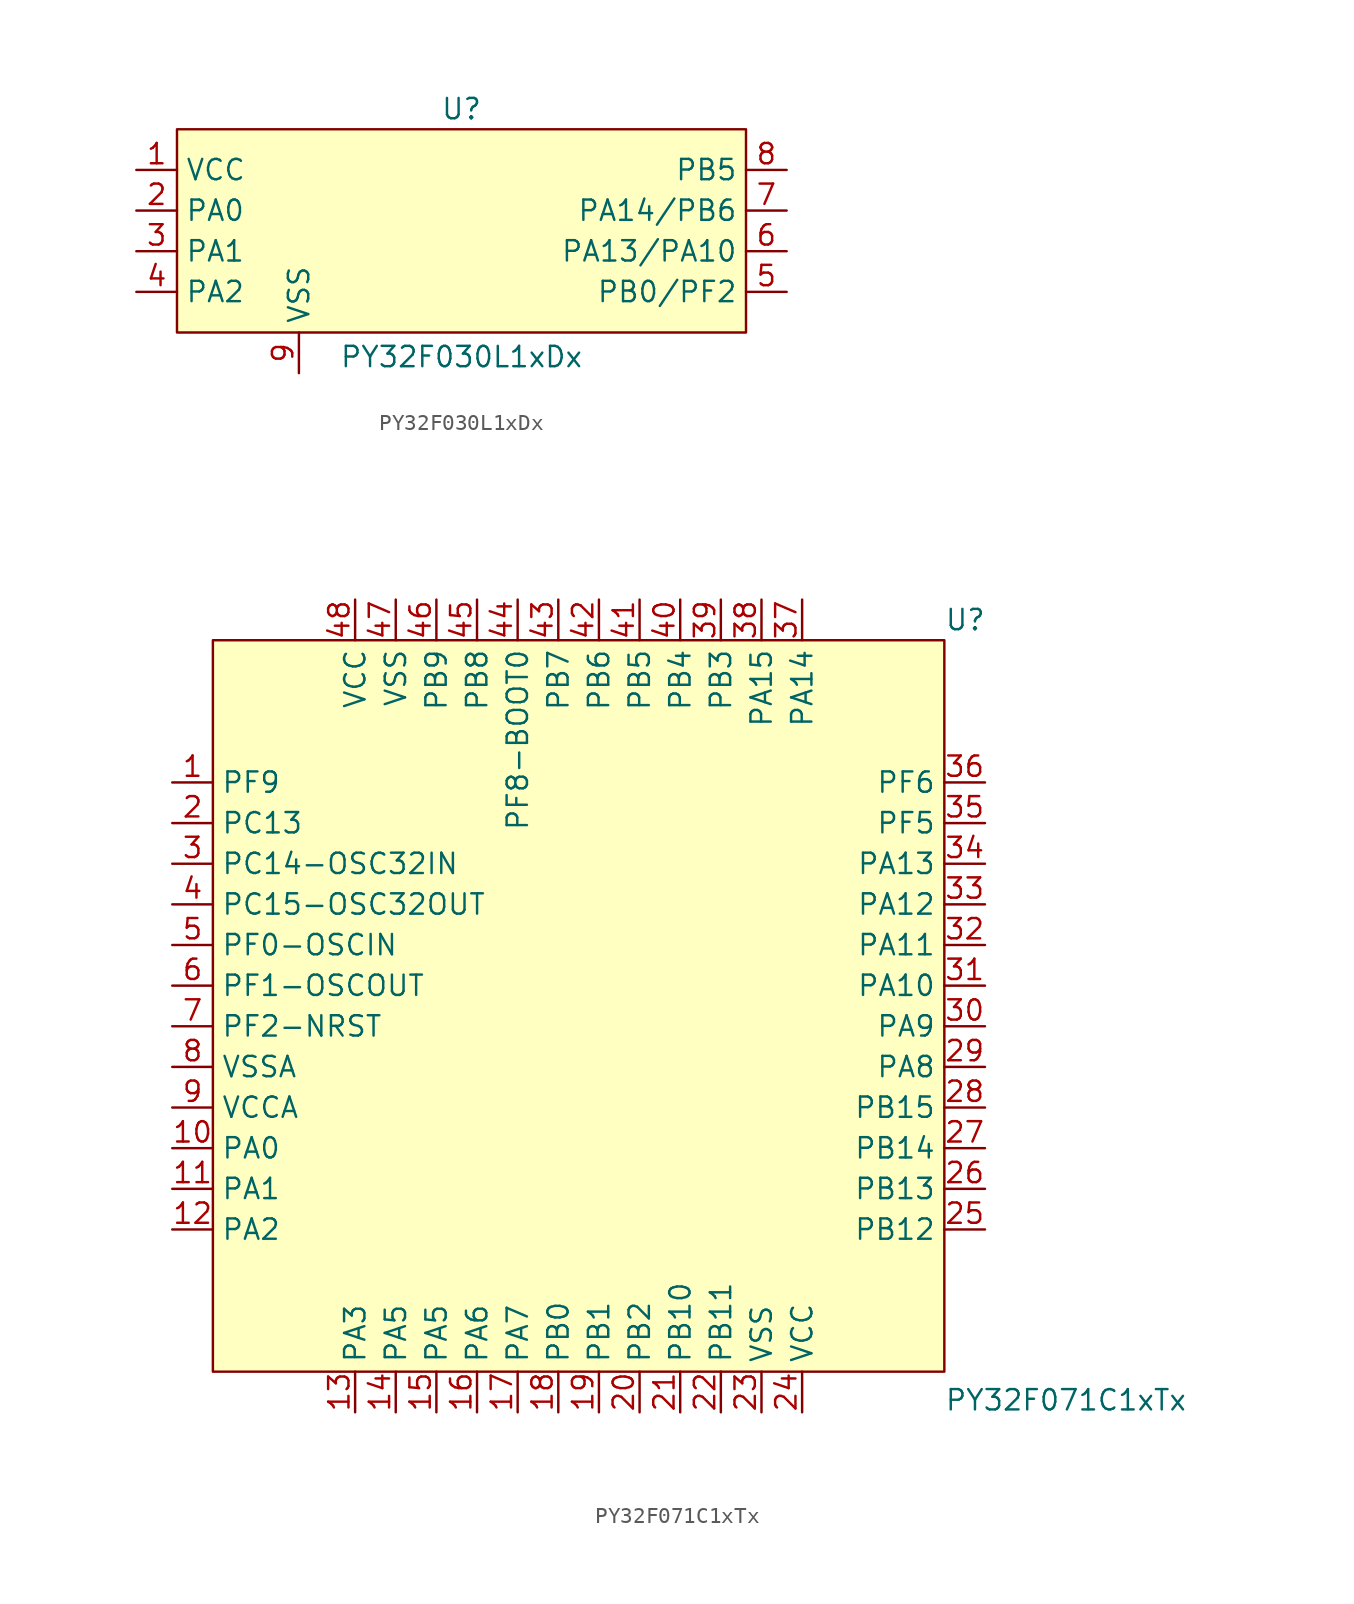
<source format=kicad_sym>
(kicad_symbol_lib
  (version 20241209)
  (generator "kicad_symbol_editor")
  (generator_version "9.0")
  (symbol "PY32F030L1xDx"
    (property "Reference" "U"
      (at 0 7.62 0)
      (effects (font (size 1.27 1.27))))
    (property "Value" "PY32F030L1xDx"
      (at 0 -7.874 0)
      (effects (font (size 1.27 1.27))))
    (symbol "PY32F030L1xDx_0_0"
      (pin unspecified line (at -20.32 -1.27 0) (length 2.54) (name "PA1" (effects (font (size 1.27 1.27)))) (number "3" (effects (font (size 1.27 1.27)))))
      (pin unspecified line (at -20.32 -3.81 0) (length 2.54) (name "PA2" (effects (font (size 1.27 1.27)))) (number "4" (effects (font (size 1.27 1.27)))))
      (pin unspecified line (at 20.32 3.81 180) (length 2.54) (name "PB5" (effects (font (size 1.27 1.27)))) (number "8" (effects (font (size 1.27 1.27)))))
      (pin unspecified line (at 20.32 1.27 180) (length 2.54) (name "PA14/PB6" (effects (font (size 1.27 1.27)))) (number "7" (effects (font (size 1.27 1.27)))))
      (pin unspecified line (at 20.32 -1.27 180) (length 2.54) (name "PA13/PA10" (effects (font (size 1.27 1.27)))) (number "6" (effects (font (size 1.27 1.27)))))
      (pin unspecified line (at 20.32 -3.81 180) (length 2.54) (name "PB0/PF2" (effects (font (size 1.27 1.27)))) (number "5" (effects (font (size 1.27 1.27))))))
    (symbol "PY32F030L1xDx_1_0"
      (pin unspecified line (at -20.32 3.81 0) (length 2.54) (name "VCC" (effects (font (size 1.27 1.27)))) (number "1" (effects (font (size 1.27 1.27)))))
      (pin unspecified line (at -20.32 1.27 0) (length 2.54) (name "PA0" (effects (font (size 1.27 1.27)))) (number "2" (effects (font (size 1.27 1.27)))))
      (pin unspecified line (at -10.16 -8.89 90) (length 2.54) (name "VSS" (effects (font (size 1.27 1.27)))) (number "9" (effects (font (size 1.27 1.27))))))
    (symbol "PY32F030L1xDx_1_1"
      (rectangle (start -17.78 6.35) (end 17.78 -6.35) (stroke (width 0) (type solid)) (fill (type background)))))
  (symbol "PY32F071C1xTx"
    (property "Reference" "U"
      (at 22.86 24.13 0)
      (effects (font (size 1.27 1.27)) (justify left)))
    (property "Value" "PY32F071C1xTx"
      (at 22.86 -24.638 0)
      (effects (font (size 1.27 1.27)) (justify left)))
    (symbol "PY32F071C1xTx_0_0"
      (pin unspecified line (at -25.4 13.97 0) (length 2.54) (name "PF9" (effects (font (size 1.27 1.27)))) (number "1" (effects (font (size 1.27 1.27)))))
      (pin unspecified line (at -25.4 11.43 0) (length 2.54) (name "PC13" (effects (font (size 1.27 1.27)))) (number "2" (effects (font (size 1.27 1.27)))))
      (pin unspecified line (at -25.4 8.89 0) (length 2.54) (name "PC14-OSC32IN" (effects (font (size 1.27 1.27)))) (number "3" (effects (font (size 1.27 1.27)))))
      (pin unspecified line (at -25.4 6.35 0) (length 2.54) (name "PC15-OSC32OUT" (effects (font (size 1.27 1.27)))) (number "4" (effects (font (size 1.27 1.27)))))
      (pin unspecified line (at -25.4 3.81 0) (length 2.54) (name "PF0-OSCIN" (effects (font (size 1.27 1.27)))) (number "5" (effects (font (size 1.27 1.27)))))
      (pin unspecified line (at -25.4 1.27 0) (length 2.54) (name "PF1-OSCOUT" (effects (font (size 1.27 1.27)))) (number "6" (effects (font (size 1.27 1.27)))))
      (pin unspecified line (at -25.4 -1.27 0) (length 2.54) (name "PF2-NRST" (effects (font (size 1.27 1.27)))) (number "7" (effects (font (size 1.27 1.27)))))
      (pin unspecified line (at -25.4 -3.81 0) (length 2.54) (name "VSSA" (effects (font (size 1.27 1.27)))) (number "8" (effects (font (size 1.27 1.27)))))
      (pin unspecified line (at -25.4 -6.35 0) (length 2.54) (name "VCCA" (effects (font (size 1.27 1.27)))) (number "9" (effects (font (size 1.27 1.27)))))
      (pin unspecified line (at -25.4 -8.89 0) (length 2.54) (name "PA0" (effects (font (size 1.27 1.27)))) (number "10" (effects (font (size 1.27 1.27)))))
      (pin unspecified line (at -25.4 -11.43 0) (length 2.54) (name "PA1" (effects (font (size 1.27 1.27)))) (number "11" (effects (font (size 1.27 1.27)))))
      (pin unspecified line (at -25.4 -13.97 0) (length 2.54) (name "PA2" (effects (font (size 1.27 1.27)))) (number "12" (effects (font (size 1.27 1.27)))))
      (pin unspecified line (at -13.97 25.4 270) (length 2.54) (name "VCC" (effects (font (size 1.27 1.27)))) (number "48" (effects (font (size 1.27 1.27)))))
      (pin unspecified line (at -13.97 -25.4 90) (length 2.54) (name "PA3" (effects (font (size 1.27 1.27)))) (number "13" (effects (font (size 1.27 1.27)))))
      (pin unspecified line (at -11.43 25.4 270) (length 2.54) (name "VSS" (effects (font (size 1.27 1.27)))) (number "47" (effects (font (size 1.27 1.27)))))
      (pin unspecified line (at -11.43 -25.4 90) (length 2.54) (name "PA5" (effects (font (size 1.27 1.27)))) (number "14" (effects (font (size 1.27 1.27)))))
      (pin unspecified line (at -8.89 25.4 270) (length 2.54) (name "PB9" (effects (font (size 1.27 1.27)))) (number "46" (effects (font (size 1.27 1.27)))))
      (pin unspecified line (at -8.89 -25.4 90) (length 2.54) (name "PA5" (effects (font (size 1.27 1.27)))) (number "15" (effects (font (size 1.27 1.27)))))
      (pin unspecified line (at -6.35 25.4 270) (length 2.54) (name "PB8" (effects (font (size 1.27 1.27)))) (number "45" (effects (font (size 1.27 1.27)))))
      (pin unspecified line (at -6.35 -25.4 90) (length 2.54) (name "PA6" (effects (font (size 1.27 1.27)))) (number "16" (effects (font (size 1.27 1.27)))))
      (pin unspecified line (at -3.81 25.4 270) (length 2.54) (name "PF8-BOOT0" (effects (font (size 1.27 1.27)))) (number "44" (effects (font (size 1.27 1.27)))))
      (pin unspecified line (at -3.81 -25.4 90) (length 2.54) (name "PA7" (effects (font (size 1.27 1.27)))) (number "17" (effects (font (size 1.27 1.27)))))
      (pin unspecified line (at -1.27 25.4 270) (length 2.54) (name "PB7" (effects (font (size 1.27 1.27)))) (number "43" (effects (font (size 1.27 1.27)))))
      (pin unspecified line (at -1.27 -25.4 90) (length 2.54) (name "PB0" (effects (font (size 1.27 1.27)))) (number "18" (effects (font (size 1.27 1.27)))))
      (pin unspecified line (at 1.27 25.4 270) (length 2.54) (name "PB6" (effects (font (size 1.27 1.27)))) (number "42" (effects (font (size 1.27 1.27)))))
      (pin unspecified line (at 1.27 -25.4 90) (length 2.54) (name "PB1" (effects (font (size 1.27 1.27)))) (number "19" (effects (font (size 1.27 1.27)))))
      (pin unspecified line (at 3.81 -25.4 90) (length 2.54) (name "PB2" (effects (font (size 1.27 1.27)))) (number "20" (effects (font (size 1.27 1.27)))))
      (pin unspecified line (at 6.35 -25.4 90) (length 2.54) (name "PB10" (effects (font (size 1.27 1.27)))) (number "21" (effects (font (size 1.27 1.27)))))
      (pin unspecified line (at 8.89 25.4 270) (length 2.54) (name "PB3" (effects (font (size 1.27 1.27)))) (number "39" (effects (font (size 1.27 1.27)))))
      (pin unspecified line (at 8.89 -25.4 90) (length 2.54) (name "PB11" (effects (font (size 1.27 1.27)))) (number "22" (effects (font (size 1.27 1.27)))))
      (pin unspecified line (at 11.43 25.4 270) (length 2.54) (name "PA15" (effects (font (size 1.27 1.27)))) (number "38" (effects (font (size 1.27 1.27)))))
      (pin unspecified line (at 11.43 -25.4 90) (length 2.54) (name "VSS" (effects (font (size 1.27 1.27)))) (number "23" (effects (font (size 1.27 1.27)))))
      (pin unspecified line (at 13.97 25.4 270) (length 2.54) (name "PA14" (effects (font (size 1.27 1.27)))) (number "37" (effects (font (size 1.27 1.27)))))
      (pin unspecified line (at 25.4 13.97 180) (length 2.54) (name "PF6" (effects (font (size 1.27 1.27)))) (number "36" (effects (font (size 1.27 1.27)))))
      (pin unspecified line (at 25.4 11.43 180) (length 2.54) (name "PF5" (effects (font (size 1.27 1.27)))) (number "35" (effects (font (size 1.27 1.27)))))
      (pin unspecified line (at 25.4 8.89 180) (length 2.54) (name "PA13" (effects (font (size 1.27 1.27)))) (number "34" (effects (font (size 1.27 1.27)))))
      (pin unspecified line (at 25.4 6.35 180) (length 2.54) (name "PA12" (effects (font (size 1.27 1.27)))) (number "33" (effects (font (size 1.27 1.27)))))
      (pin unspecified line (at 25.4 3.81 180) (length 2.54) (name "PA11" (effects (font (size 1.27 1.27)))) (number "32" (effects (font (size 1.27 1.27)))))
      (pin unspecified line (at 25.4 1.27 180) (length 2.54) (name "PA10" (effects (font (size 1.27 1.27)))) (number "31" (effects (font (size 1.27 1.27)))))
      (pin unspecified line (at 25.4 -1.27 180) (length 2.54) (name "PA9" (effects (font (size 1.27 1.27)))) (number "30" (effects (font (size 1.27 1.27)))))
      (pin unspecified line (at 25.4 -3.81 180) (length 2.54) (name "PA8" (effects (font (size 1.27 1.27)))) (number "29" (effects (font (size 1.27 1.27)))))
      (pin unspecified line (at 25.4 -6.35 180) (length 2.54) (name "PB15" (effects (font (size 1.27 1.27)))) (number "28" (effects (font (size 1.27 1.27)))))
      (pin unspecified line (at 25.4 -8.89 180) (length 2.54) (name "PB14" (effects (font (size 1.27 1.27)))) (number "27" (effects (font (size 1.27 1.27)))))
      (pin unspecified line (at 25.4 -11.43 180) (length 2.54) (name "PB13" (effects (font (size 1.27 1.27)))) (number "26" (effects (font (size 1.27 1.27))))))
    (symbol "PY32F071C1xTx_1_0"
      (pin unspecified line (at 3.81 25.4 270) (length 2.54) (name "PB5" (effects (font (size 1.27 1.27)))) (number "41" (effects (font (size 1.27 1.27)))))
      (pin unspecified line (at 6.35 25.4 270) (length 2.54) (name "PB4" (effects (font (size 1.27 1.27)))) (number "40" (effects (font (size 1.27 1.27)))))
      (pin unspecified line (at 13.97 -25.4 90) (length 2.54) (name "VCC" (effects (font (size 1.27 1.27)))) (number "24" (effects (font (size 1.27 1.27)))))
      (pin unspecified line (at 25.4 -13.97 180) (length 2.54) (name "PB12" (effects (font (size 1.27 1.27)))) (number "25" (effects (font (size 1.27 1.27))))))
    (symbol "PY32F071C1xTx_1_1"
      (rectangle (start -22.86 22.86) (end 22.86 -22.86) (stroke (width 0) (type solid)) (fill (type background))))))
</source>
